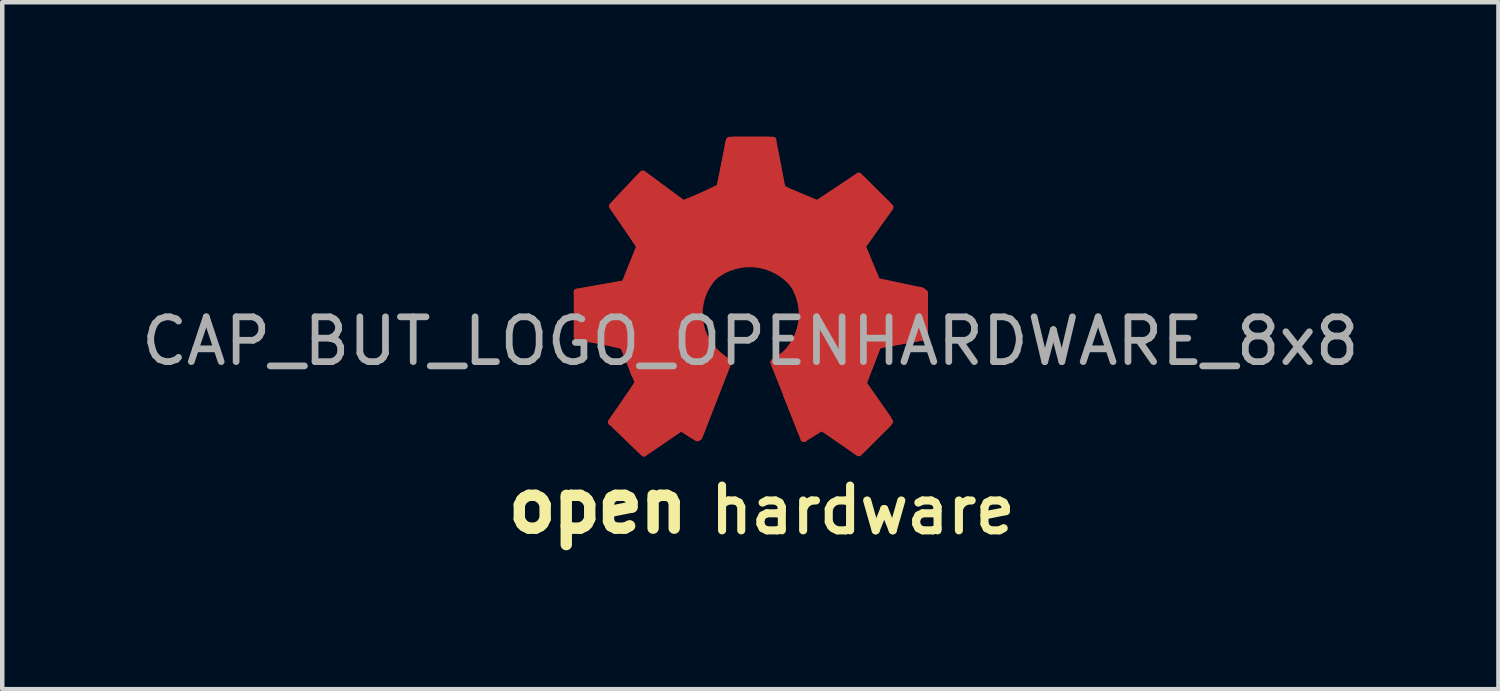
<source format=kicad_pcb>
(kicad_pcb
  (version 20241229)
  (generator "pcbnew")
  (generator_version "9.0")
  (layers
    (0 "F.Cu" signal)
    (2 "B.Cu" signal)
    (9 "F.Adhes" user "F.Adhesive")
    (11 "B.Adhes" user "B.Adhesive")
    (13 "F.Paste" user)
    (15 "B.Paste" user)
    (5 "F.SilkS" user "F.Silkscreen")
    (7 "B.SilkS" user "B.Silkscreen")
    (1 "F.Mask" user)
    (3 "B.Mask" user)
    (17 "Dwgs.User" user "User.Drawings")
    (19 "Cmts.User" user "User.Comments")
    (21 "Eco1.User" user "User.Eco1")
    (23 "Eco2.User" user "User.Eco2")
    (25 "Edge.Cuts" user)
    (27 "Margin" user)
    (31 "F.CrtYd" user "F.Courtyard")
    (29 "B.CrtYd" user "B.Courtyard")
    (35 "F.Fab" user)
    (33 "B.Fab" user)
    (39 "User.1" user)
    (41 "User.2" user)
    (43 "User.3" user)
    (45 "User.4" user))
  (footprint "CAP_BUT_LOGO_OPENHARDWARE_8x8"
    (layer "F.Cu")
    (at 13.696 4.066)
    (property "Reference" "CAP_BUT_LOGO_OPENHARDWARE_8x8" (at 0 0.5 0) (layer "F.Fab") (effects (font (size 1 1) (thickness 0.15))))
    (attr through_hole)
    (fp_line (start -3.868 -0.599) (end -2.697 -0.803) (stroke (width 0.15) (type solid)) (layer "F.Cu"))
    (fp_line (start -3.866 -0.597) (end -3.866 0.389) (stroke (width 0.15) (type solid)) (layer "F.Cu"))
    (fp_line (start -3.866 0.396) (end -2.794 0.592) (stroke (width 0.15) (type solid)) (layer "F.Cu"))
    (fp_line (start -3.729 -0.505) (end -2.71 -0.686) (stroke (width 0.37) (type solid)) (layer "F.Cu"))
    (fp_line (start -3.726 0.284) (end -2.776 0.503) (stroke (width 0.37) (type solid)) (layer "F.Cu"))
    (fp_line (start -3.716 -0.493) (end -3.721 0.295) (stroke (width 0.38) (type solid)) (layer "F.Cu"))
    (fp_line (start -3.716 -0.353) (end -2.601 -0.599) (stroke (width 0.15) (type solid)) (layer "F.Cu"))
    (fp_line (start -3.574 -0.409) (end -3.574 0.241) (stroke (width 0.15) (type solid)) (layer "F.Cu"))
    (fp_line (start -3.259 -0.112) (end -1.841 -0.173) (stroke (width 1) (type solid)) (layer "F.Cu"))
    (fp_line (start -3.104 2.304) (end -2.507 1.44) (stroke (width 0.15) (type solid)) (layer "F.Cu"))
    (fp_line (start -3.081 -2.517) (end -2.408 -3.231) (stroke (width 0.15) (type solid)) (layer "F.Cu"))
    (fp_line (start -3.061 -2.482) (end -2.466 -1.628) (stroke (width 0.15) (type solid)) (layer "F.Cu"))
    (fp_line (start -2.939 2.286) (end -2.375 2.824) (stroke (width 0.38) (type solid)) (layer "F.Cu"))
    (fp_line (start -2.924 2.286) (end -2.39 1.453) (stroke (width 0.37) (type solid)) (layer "F.Cu"))
    (fp_line (start -2.918 -2.512) (end -2.418 -3.045) (stroke (width 0.38) (type solid)) (layer "F.Cu"))
    (fp_line (start -2.908 -2.489) (end -2.352 -1.638) (stroke (width 0.37) (type solid)) (layer "F.Cu"))
    (fp_line (start -2.799 -0.798) (end -2.464 -1.631) (stroke (width 0.15) (type solid)) (layer "F.Cu"))
    (fp_line (start -2.748 0.526) (end -2.39 1.41) (stroke (width 0.37) (type solid)) (layer "F.Cu"))
    (fp_line (start -2.68 -0.721) (end -2.332 -1.587) (stroke (width 0.37) (type solid)) (layer "F.Cu"))
    (fp_line (start -2.461 0.376) (end -1.755 0.249) (stroke (width 1) (type solid)) (layer "F.Cu"))
    (fp_line (start -2.426 -2.969) (end -1.542 -2.248) (stroke (width 0.15) (type solid)) (layer "F.Cu"))
    (fp_line (start -2.395 -3.233) (end -1.425 -2.517) (stroke (width 0.15) (type solid)) (layer "F.Cu"))
    (fp_line (start -2.375 3) (end -3.096 2.306) (stroke (width 0.15) (type solid)) (layer "F.Cu"))
    (fp_line (start -2.37 -3.071) (end -1.542 -2.418) (stroke (width 0.37) (type solid)) (layer "F.Cu"))
    (fp_line (start -2.362 2.824) (end -1.582 2.294) (stroke (width 0.4) (type solid)) (layer "F.Cu"))
    (fp_line (start -2.273 -2.398) (end -1.212 -1.29) (stroke (width 1) (type solid)) (layer "F.Cu"))
    (fp_line (start -2.223 2.093) (end -1.369 1.072) (stroke (width 1) (type solid)) (layer "F.Cu"))
    (fp_line (start -2.212 1.021) (end -1.648 0.541) (stroke (width 1) (type solid)) (layer "F.Cu"))
    (fp_line (start -2.187 -1.621) (end -2.573 -0.622) (stroke (width 0.15) (type solid)) (layer "F.Cu"))
    (fp_line (start -2.182 -1.615) (end -2.784 -2.525) (stroke (width 0.15) (type solid)) (layer "F.Cu"))
    (fp_line (start -2.136 -0.869) (end -1.694 -0.709) (stroke (width 1) (type solid)) (layer "F.Cu"))
    (fp_line (start -1.961 -1.349) (end -1.504 -1.059) (stroke (width 1) (type solid)) (layer "F.Cu"))
    (fp_line (start -1.572 2.276) (end -1.255 2.482) (stroke (width 0.37) (type solid)) (layer "F.Cu"))
    (fp_line (start -1.547 1.92) (end -1.181 1.158) (stroke (width 1) (type solid)) (layer "F.Cu"))
    (fp_line (start -1.542 2.428) (end -2.367 2.992) (stroke (width 0.15) (type solid)) (layer "F.Cu"))
    (fp_line (start -1.537 -2.25) (end -0.554 -2.743) (stroke (width 0.15) (type solid)) (layer "F.Cu"))
    (fp_line (start -1.529 2.438) (end -1.184 2.659) (stroke (width 0.15) (type solid)) (layer "F.Cu"))
    (fp_line (start -1.481 -2.428) (end -0.635 -2.835) (stroke (width 0.37) (type solid)) (layer "F.Cu"))
    (fp_line (start -1.46 -2.586) (end -0.556 -2.964) (stroke (width 0.15) (type solid)) (layer "F.Cu"))
    (fp_line (start -1.45 -0.391) (end -1.318 0.432) (stroke (width 0.15) (type solid)) (layer "F.Cu"))
    (fp_line (start -1.313 0.462) (end -1.219 0.632) (stroke (width 0.15) (type solid)) (layer "F.Cu"))
    (fp_line (start -1.313 0.462) (end -1.219 0.632) (stroke (width 0.15) (type solid)) (layer "F.Cu"))
    (fp_line (start -1.227 2.461) (end -0.676 1.039) (stroke (width 0.42) (type solid)) (layer "F.Cu"))
    (fp_line (start -1.206 0.663) (end -0.899 0.93) (stroke (width 0.15) (type solid)) (layer "F.Cu"))
    (fp_line (start -1.146 2.642) (end -0.495 0.973) (stroke (width 0.15) (type solid)) (layer "F.Cu"))
    (fp_line (start -1.09 0.683) (end -0.831 1.021) (stroke (width 0.15) (type solid)) (layer "F.Cu"))
    (fp_line (start -1.026 -1.128) (end -1.445 -0.396) (stroke (width 0.15) (type solid)) (layer "F.Cu"))
    (fp_line (start -0.963 -2.126) (end -0.787 -1.768) (stroke (width 1) (type solid)) (layer "F.Cu"))
    (fp_line (start -0.721 0.798) (end -0.495 0.973) (stroke (width 0.15) (type solid)) (layer "F.Cu"))
    (fp_line (start -0.528 -2.385) (end -0.361 -1.775) (stroke (width 1) (type solid)) (layer "F.Cu"))
    (fp_line (start -0.472 -3.98) (end -0.673 -2.954) (stroke (width 0.15) (type solid)) (layer "F.Cu"))
    (fp_line (start -0.462 -3.988) (end 0.503 -3.988) (stroke (width 0.15) (type solid)) (layer "F.Cu"))
    (fp_line (start -0.384 -3.881) (end 0.401 -3.881) (stroke (width 0.37) (type solid)) (layer "F.Cu"))
    (fp_line (start -0.376 -3.868) (end -0.582 -2.855) (stroke (width 0.37) (type solid)) (layer "F.Cu"))
    (fp_line (start -0.155 -1.557) (end -1.026 -1.128) (stroke (width 0.15) (type solid)) (layer "F.Cu"))
    (fp_line (start -0.013 -3.373) (end -0.008 -1.859) (stroke (width 1) (type solid)) (layer "F.Cu"))
    (fp_line (start 0.384 -3.861) (end 0.597 -2.842) (stroke (width 0.37) (type solid)) (layer "F.Cu"))
    (fp_line (start 0.503 -3.988) (end 0.729 -2.817) (stroke (width 0.15) (type solid)) (layer "F.Cu"))
    (fp_line (start 0.597 -2.842) (end 1.499 -2.393) (stroke (width 0.37) (type solid)) (layer "F.Cu"))
    (fp_line (start 0.643 1.255) (end 0.521 0.97) (stroke (width 0.15) (type solid)) (layer "F.Cu"))
    (fp_line (start 0.66 -1.389) (end -0.155 -1.549) (stroke (width 0.15) (type solid)) (layer "F.Cu"))
    (fp_line (start 0.719 -2.898) (end 1.524 -2.56) (stroke (width 0.15) (type solid)) (layer "F.Cu"))
    (fp_line (start 0.737 -2.37) (end 0.516 -1.684) (stroke (width 1) (type solid)) (layer "F.Cu"))
    (fp_line (start 0.78 0.8) (end 0.526 0.965) (stroke (width 0.15) (type solid)) (layer "F.Cu"))
    (fp_line (start 0.803 0.993) (end 1.331 2.375) (stroke (width 0.15) (type solid)) (layer "F.Cu"))
    (fp_line (start 0.846 1.052) (end 1.024 0.93) (stroke (width 0.15) (type solid)) (layer "F.Cu"))
    (fp_line (start 1.024 0.93) (end 1.4 0.218) (stroke (width 0.15) (type solid)) (layer "F.Cu"))
    (fp_line (start 1.163 1.067) (end 1.496 1.798) (stroke (width 1) (type solid)) (layer "F.Cu"))
    (fp_line (start 1.163 1.158) (end 2.344 2.172) (stroke (width 1) (type solid)) (layer "F.Cu"))
    (fp_line (start 1.171 -0.96) (end 0.66 -1.389) (stroke (width 0.15) (type solid)) (layer "F.Cu"))
    (fp_line (start 1.194 2.672) (end 0.808 1.692) (stroke (width 0.15) (type solid)) (layer "F.Cu"))
    (fp_line (start 1.232 2.459) (end 0.658 1.019) (stroke (width 0.37) (type solid)) (layer "F.Cu"))
    (fp_line (start 1.278 1.021) (end 1.895 1.349) (stroke (width 1) (type solid)) (layer "F.Cu"))
    (fp_line (start 1.323 -2.118) (end 0.904 -1.532) (stroke (width 1) (type solid)) (layer "F.Cu"))
    (fp_line (start 1.4 0.218) (end 1.4 -0.3) (stroke (width 0.15) (type solid)) (layer "F.Cu"))
    (fp_line (start 1.405 -2.512) (end 2.416 -3.185) (stroke (width 0.15) (type solid)) (layer "F.Cu"))
    (fp_line (start 1.405 -0.287) (end 1.171 -0.96) (stroke (width 0.15) (type solid)) (layer "F.Cu"))
    (fp_line (start 1.511 -2.398) (end 2.416 -3.032) (stroke (width 0.37) (type solid)) (layer "F.Cu"))
    (fp_line (start 1.542 2.372) (end 2.418 2.992) (stroke (width 0.15) (type solid)) (layer "F.Cu"))
    (fp_line (start 1.57 2.273) (end 1.232 2.459) (stroke (width 0.37) (type solid)) (layer "F.Cu"))
    (fp_line (start 1.598 0.602) (end 2.207 0.709) (stroke (width 1) (type solid)) (layer "F.Cu"))
    (fp_line (start 1.722 2.344) (end 1.194 2.672) (stroke (width 0.15) (type solid)) (layer "F.Cu"))
    (fp_line (start 2.192 -1.25) (end 1.537 -0.884) (stroke (width 1) (type solid)) (layer "F.Cu"))
    (fp_line (start 2.253 -2.316) (end 1.14 -1.25) (stroke (width 1) (type solid)) (layer "F.Cu"))
    (fp_line (start 2.352 -1.692) (end 2.692 -0.754) (stroke (width 0.37) (type solid)) (layer "F.Cu"))
    (fp_line (start 2.355 1.392) (end 2.974 2.278) (stroke (width 0.37) (type solid)) (layer "F.Cu"))
    (fp_line (start 2.405 2.677) (end 1.585 2.149) (stroke (width 0.15) (type solid)) (layer "F.Cu"))
    (fp_line (start 2.405 2.84) (end 1.57 2.273) (stroke (width 0.37) (type solid)) (layer "F.Cu"))
    (fp_line (start 2.416 -3.03) (end 2.969 -2.484) (stroke (width 0.37) (type solid)) (layer "F.Cu"))
    (fp_line (start 2.421 -3.188) (end 3.114 -2.497) (stroke (width 0.15) (type solid)) (layer "F.Cu"))
    (fp_line (start 2.421 2.832) (end 2.974 2.286) (stroke (width 0.37) (type solid)) (layer "F.Cu"))
    (fp_line (start 2.428 2.987) (end 3.111 2.296) (stroke (width 0.15) (type solid)) (layer "F.Cu"))
    (fp_line (start 2.433 -0.556) (end 1.712 -0.409) (stroke (width 1) (type solid)) (layer "F.Cu"))
    (fp_line (start 2.504 -1.608) (end 2.87 -0.739) (stroke (width 0.15) (type solid)) (layer "F.Cu"))
    (fp_line (start 2.692 -0.754) (end 3.774 -0.526) (stroke (width 0.37) (type solid)) (layer "F.Cu"))
    (fp_line (start 2.753 0.61) (end 3.876 0.399) (stroke (width 0.15) (type solid)) (layer "F.Cu"))
    (fp_line (start 2.761 0.48) (end 2.355 1.392) (stroke (width 0.37) (type solid)) (layer "F.Cu"))
    (fp_line (start 2.824 2.212) (end 2.339 2.743) (stroke (width 0.15) (type solid)) (layer "F.Cu"))
    (fp_line (start 2.857 0.577) (end 2.477 1.557) (stroke (width 0.15) (type solid)) (layer "F.Cu"))
    (fp_line (start 2.969 -2.482) (end 2.352 -1.692) (stroke (width 0.37) (type solid)) (layer "F.Cu"))
    (fp_line (start 3.119 -2.489) (end 2.416 -1.499) (stroke (width 0.15) (type solid)) (layer "F.Cu"))
    (fp_line (start 3.244 -0.132) (end 1.775 -0.046) (stroke (width 1) (type solid)) (layer "F.Cu"))
    (fp_line (start 3.774 -0.526) (end 3.774 0.31) (stroke (width 0.37) (type solid)) (layer "F.Cu"))
    (fp_line (start 3.774 0.31) (end 2.761 0.48) (stroke (width 0.37) (type solid)) (layer "F.Cu"))
    (fp_line (start 3.807 0.163) (end 2.7 0.386) (stroke (width 0.15) (type solid)) (layer "F.Cu"))
    (fp_line (start 3.891 -0.579) (end 3.889 0.378) (stroke (width 0.15) (type solid)) (layer "F.Cu"))
    (fp_arc (start -0.8763 -1.03124) (mid 0.127392 -1.330927) (end 1.04902 -0.83312) (stroke (width 0.37) (type solid)) (layer "F.Cu"))
    (fp_arc (start -0.8255 0.84836) (mid -1.247617 -0.062958) (end -0.9017 -1.00584) (stroke (width 0.37) (type solid)) (layer "F.Cu"))
    (fp_arc (start 1.03886 -0.84836) (mid 1.239562 0.160623) (end 0.66802 1.016) (stroke (width 0.37) (type solid)) (layer "F.Cu"))
    (fp_line (start -3.868 -0.599) (end -2.697 -0.803) (stroke (width 0.15) (type solid)) (layer "F.Mask"))
    (fp_line (start -3.866 -0.597) (end -3.866 0.389) (stroke (width 0.15) (type solid)) (layer "F.Mask"))
    (fp_line (start -3.866 0.396) (end -2.794 0.592) (stroke (width 0.15) (type solid)) (layer "F.Mask"))
    (fp_line (start -3.729 -0.505) (end -2.71 -0.686) (stroke (width 0.37) (type solid)) (layer "F.Mask"))
    (fp_line (start -3.726 0.284) (end -2.776 0.503) (stroke (width 0.37) (type solid)) (layer "F.Mask"))
    (fp_line (start -3.716 -0.493) (end -3.721 0.295) (stroke (width 0.38) (type solid)) (layer "F.Mask"))
    (fp_line (start -3.716 -0.353) (end -2.601 -0.599) (stroke (width 0.15) (type solid)) (layer "F.Mask"))
    (fp_line (start -3.574 -0.409) (end -3.574 0.241) (stroke (width 0.15) (type solid)) (layer "F.Mask"))
    (fp_line (start -3.259 -0.112) (end -1.841 -0.173) (stroke (width 1) (type solid)) (layer "F.Mask"))
    (fp_line (start -3.104 2.304) (end -2.507 1.44) (stroke (width 0.15) (type solid)) (layer "F.Mask"))
    (fp_line (start -3.081 -2.517) (end -2.408 -3.231) (stroke (width 0.15) (type solid)) (layer "F.Mask"))
    (fp_line (start -3.061 -2.482) (end -2.466 -1.628) (stroke (width 0.15) (type solid)) (layer "F.Mask"))
    (fp_line (start -2.939 2.286) (end -2.375 2.824) (stroke (width 0.38) (type solid)) (layer "F.Mask"))
    (fp_line (start -2.924 2.286) (end -2.39 1.453) (stroke (width 0.37) (type solid)) (layer "F.Mask"))
    (fp_line (start -2.918 -2.512) (end -2.418 -3.045) (stroke (width 0.38) (type solid)) (layer "F.Mask"))
    (fp_line (start -2.908 -2.489) (end -2.352 -1.638) (stroke (width 0.37) (type solid)) (layer "F.Mask"))
    (fp_line (start -2.799 -0.798) (end -2.464 -1.631) (stroke (width 0.15) (type solid)) (layer "F.Mask"))
    (fp_line (start -2.748 0.526) (end -2.39 1.41) (stroke (width 0.37) (type solid)) (layer "F.Mask"))
    (fp_line (start -2.68 -0.721) (end -2.332 -1.587) (stroke (width 0.37) (type solid)) (layer "F.Mask"))
    (fp_line (start -2.461 0.376) (end -1.755 0.249) (stroke (width 1) (type solid)) (layer "F.Mask"))
    (fp_line (start -2.426 -2.969) (end -1.542 -2.248) (stroke (width 0.15) (type solid)) (layer "F.Mask"))
    (fp_line (start -2.395 -3.233) (end -1.425 -2.517) (stroke (width 0.15) (type solid)) (layer "F.Mask"))
    (fp_line (start -2.375 3) (end -3.096 2.306) (stroke (width 0.15) (type solid)) (layer "F.Mask"))
    (fp_line (start -2.37 -3.071) (end -1.542 -2.418) (stroke (width 0.37) (type solid)) (layer "F.Mask"))
    (fp_line (start -2.362 2.824) (end -1.582 2.294) (stroke (width 0.4) (type solid)) (layer "F.Mask"))
    (fp_line (start -2.273 -2.398) (end -1.212 -1.29) (stroke (width 1) (type solid)) (layer "F.Mask"))
    (fp_line (start -2.223 2.093) (end -1.369 1.072) (stroke (width 1) (type solid)) (layer "F.Mask"))
    (fp_line (start -2.212 1.021) (end -1.648 0.541) (stroke (width 1) (type solid)) (layer "F.Mask"))
    (fp_line (start -2.187 -1.621) (end -2.573 -0.622) (stroke (width 0.15) (type solid)) (layer "F.Mask"))
    (fp_line (start -2.182 -1.615) (end -2.784 -2.525) (stroke (width 0.15) (type solid)) (layer "F.Mask"))
    (fp_line (start -2.136 -0.869) (end -1.694 -0.709) (stroke (width 1) (type solid)) (layer "F.Mask"))
    (fp_line (start -1.961 -1.349) (end -1.504 -1.059) (stroke (width 1) (type solid)) (layer "F.Mask"))
    (fp_line (start -1.572 2.276) (end -1.255 2.482) (stroke (width 0.37) (type solid)) (layer "F.Mask"))
    (fp_line (start -1.547 1.92) (end -1.181 1.158) (stroke (width 1) (type solid)) (layer "F.Mask"))
    (fp_line (start -1.542 2.428) (end -2.367 2.992) (stroke (width 0.15) (type solid)) (layer "F.Mask"))
    (fp_line (start -1.537 -2.25) (end -0.554 -2.743) (stroke (width 0.15) (type solid)) (layer "F.Mask"))
    (fp_line (start -1.529 2.438) (end -1.184 2.659) (stroke (width 0.15) (type solid)) (layer "F.Mask"))
    (fp_line (start -1.481 -2.428) (end -0.635 -2.835) (stroke (width 0.37) (type solid)) (layer "F.Mask"))
    (fp_line (start -1.46 -2.586) (end -0.556 -2.964) (stroke (width 0.15) (type solid)) (layer "F.Mask"))
    (fp_line (start -1.45 -0.391) (end -1.318 0.432) (stroke (width 0.15) (type solid)) (layer "F.Mask"))
    (fp_line (start -1.313 0.462) (end -1.219 0.632) (stroke (width 0.15) (type solid)) (layer "F.Mask"))
    (fp_line (start -1.313 0.462) (end -1.219 0.632) (stroke (width 0.15) (type solid)) (layer "F.Mask"))
    (fp_line (start -1.227 2.461) (end -0.676 1.039) (stroke (width 0.42) (type solid)) (layer "F.Mask"))
    (fp_line (start -1.206 0.663) (end -0.899 0.93) (stroke (width 0.15) (type solid)) (layer "F.Mask"))
    (fp_line (start -1.146 2.642) (end -0.495 0.973) (stroke (width 0.15) (type solid)) (layer "F.Mask"))
    (fp_line (start -1.09 0.683) (end -0.831 1.021) (stroke (width 0.15) (type solid)) (layer "F.Mask"))
    (fp_line (start -1.026 -1.128) (end -1.445 -0.396) (stroke (width 0.15) (type solid)) (layer "F.Mask"))
    (fp_line (start -0.963 -2.126) (end -0.787 -1.768) (stroke (width 1) (type solid)) (layer "F.Mask"))
    (fp_line (start -0.721 0.798) (end -0.495 0.973) (stroke (width 0.15) (type solid)) (layer "F.Mask"))
    (fp_line (start -0.528 -2.385) (end -0.361 -1.775) (stroke (width 1) (type solid)) (layer "F.Mask"))
    (fp_line (start -0.472 -3.98) (end -0.673 -2.954) (stroke (width 0.15) (type solid)) (layer "F.Mask"))
    (fp_line (start -0.462 -3.988) (end 0.503 -3.988) (stroke (width 0.15) (type solid)) (layer "F.Mask"))
    (fp_line (start -0.384 -3.881) (end 0.401 -3.881) (stroke (width 0.37) (type solid)) (layer "F.Mask"))
    (fp_line (start -0.376 -3.868) (end -0.582 -2.855) (stroke (width 0.37) (type solid)) (layer "F.Mask"))
    (fp_line (start -0.155 -1.557) (end -1.026 -1.128) (stroke (width 0.15) (type solid)) (layer "F.Mask"))
    (fp_line (start -0.013 -3.373) (end -0.008 -1.859) (stroke (width 1) (type solid)) (layer "F.Mask"))
    (fp_line (start 0.384 -3.861) (end 0.597 -2.842) (stroke (width 0.37) (type solid)) (layer "F.Mask"))
    (fp_line (start 0.503 -3.988) (end 0.729 -2.817) (stroke (width 0.15) (type solid)) (layer "F.Mask"))
    (fp_line (start 0.597 -2.842) (end 1.499 -2.393) (stroke (width 0.37) (type solid)) (layer "F.Mask"))
    (fp_line (start 0.643 1.255) (end 0.521 0.97) (stroke (width 0.15) (type solid)) (layer "F.Mask"))
    (fp_line (start 0.66 -1.389) (end -0.155 -1.549) (stroke (width 0.15) (type solid)) (layer "F.Mask"))
    (fp_line (start 0.719 -2.898) (end 1.524 -2.56) (stroke (width 0.15) (type solid)) (layer "F.Mask"))
    (fp_line (start 0.737 -2.37) (end 0.516 -1.684) (stroke (width 1) (type solid)) (layer "F.Mask"))
    (fp_line (start 0.78 0.8) (end 0.526 0.965) (stroke (width 0.15) (type solid)) (layer "F.Mask"))
    (fp_line (start 0.803 0.993) (end 1.331 2.375) (stroke (width 0.15) (type solid)) (layer "F.Mask"))
    (fp_line (start 0.846 1.052) (end 1.024 0.93) (stroke (width 0.15) (type solid)) (layer "F.Mask"))
    (fp_line (start 1.024 0.93) (end 1.4 0.218) (stroke (width 0.15) (type solid)) (layer "F.Mask"))
    (fp_line (start 1.163 1.067) (end 1.496 1.798) (stroke (width 1) (type solid)) (layer "F.Mask"))
    (fp_line (start 1.163 1.158) (end 2.344 2.172) (stroke (width 1) (type solid)) (layer "F.Mask"))
    (fp_line (start 1.171 -0.96) (end 0.66 -1.389) (stroke (width 0.15) (type solid)) (layer "F.Mask"))
    (fp_line (start 1.194 2.672) (end 0.808 1.692) (stroke (width 0.15) (type solid)) (layer "F.Mask"))
    (fp_line (start 1.232 2.459) (end 0.658 1.019) (stroke (width 0.37) (type solid)) (layer "F.Mask"))
    (fp_line (start 1.278 1.021) (end 1.895 1.349) (stroke (width 1) (type solid)) (layer "F.Mask"))
    (fp_line (start 1.323 -2.118) (end 0.904 -1.532) (stroke (width 1) (type solid)) (layer "F.Mask"))
    (fp_line (start 1.4 0.218) (end 1.4 -0.3) (stroke (width 0.15) (type solid)) (layer "F.Mask"))
    (fp_line (start 1.405 -2.512) (end 2.416 -3.185) (stroke (width 0.15) (type solid)) (layer "F.Mask"))
    (fp_line (start 1.405 -0.287) (end 1.171 -0.96) (stroke (width 0.15) (type solid)) (layer "F.Mask"))
    (fp_line (start 1.511 -2.398) (end 2.416 -3.032) (stroke (width 0.37) (type solid)) (layer "F.Mask"))
    (fp_line (start 1.542 2.372) (end 2.418 2.992) (stroke (width 0.15) (type solid)) (layer "F.Mask"))
    (fp_line (start 1.57 2.273) (end 1.232 2.459) (stroke (width 0.37) (type solid)) (layer "F.Mask"))
    (fp_line (start 1.598 0.602) (end 2.207 0.709) (stroke (width 1) (type solid)) (layer "F.Mask"))
    (fp_line (start 1.722 2.344) (end 1.194 2.672) (stroke (width 0.15) (type solid)) (layer "F.Mask"))
    (fp_line (start 2.192 -1.25) (end 1.537 -0.884) (stroke (width 1) (type solid)) (layer "F.Mask"))
    (fp_line (start 2.253 -2.316) (end 1.14 -1.25) (stroke (width 1) (type solid)) (layer "F.Mask"))
    (fp_line (start 2.352 -1.692) (end 2.692 -0.754) (stroke (width 0.37) (type solid)) (layer "F.Mask"))
    (fp_line (start 2.355 1.392) (end 2.974 2.278) (stroke (width 0.37) (type solid)) (layer "F.Mask"))
    (fp_line (start 2.405 2.677) (end 1.585 2.149) (stroke (width 0.15) (type solid)) (layer "F.Mask"))
    (fp_line (start 2.405 2.84) (end 1.57 2.273) (stroke (width 0.37) (type solid)) (layer "F.Mask"))
    (fp_line (start 2.416 -3.03) (end 2.969 -2.484) (stroke (width 0.37) (type solid)) (layer "F.Mask"))
    (fp_line (start 2.421 -3.188) (end 3.114 -2.497) (stroke (width 0.15) (type solid)) (layer "F.Mask"))
    (fp_line (start 2.421 2.832) (end 2.974 2.286) (stroke (width 0.37) (type solid)) (layer "F.Mask"))
    (fp_line (start 2.428 2.987) (end 3.111 2.296) (stroke (width 0.15) (type solid)) (layer "F.Mask"))
    (fp_line (start 2.433 -0.556) (end 1.712 -0.409) (stroke (width 1) (type solid)) (layer "F.Mask"))
    (fp_line (start 2.504 -1.608) (end 2.87 -0.739) (stroke (width 0.15) (type solid)) (layer "F.Mask"))
    (fp_line (start 2.692 -0.754) (end 3.774 -0.526) (stroke (width 0.37) (type solid)) (layer "F.Mask"))
    (fp_line (start 2.753 0.61) (end 3.876 0.399) (stroke (width 0.15) (type solid)) (layer "F.Mask"))
    (fp_line (start 2.761 0.48) (end 2.355 1.392) (stroke (width 0.37) (type solid)) (layer "F.Mask"))
    (fp_line (start 2.824 2.212) (end 2.339 2.743) (stroke (width 0.15) (type solid)) (layer "F.Mask"))
    (fp_line (start 2.857 0.577) (end 2.477 1.557) (stroke (width 0.15) (type solid)) (layer "F.Mask"))
    (fp_line (start 2.969 -2.482) (end 2.352 -1.692) (stroke (width 0.37) (type solid)) (layer "F.Mask"))
    (fp_line (start 3.119 -2.489) (end 2.416 -1.499) (stroke (width 0.15) (type solid)) (layer "F.Mask"))
    (fp_line (start 3.244 -0.132) (end 1.775 -0.046) (stroke (width 1) (type solid)) (layer "F.Mask"))
    (fp_line (start 3.774 -0.526) (end 3.774 0.31) (stroke (width 0.37) (type solid)) (layer "F.Mask"))
    (fp_line (start 3.774 0.31) (end 2.761 0.48) (stroke (width 0.37) (type solid)) (layer "F.Mask"))
    (fp_line (start 3.807 0.163) (end 2.7 0.386) (stroke (width 0.15) (type solid)) (layer "F.Mask"))
    (fp_line (start 3.891 -0.579) (end 3.889 0.378) (stroke (width 0.15) (type solid)) (layer "F.Mask"))
    (fp_arc (start -0.8763 -1.03124) (mid 0.127392 -1.330927) (end 1.04902 -0.83312) (stroke (width 0.37) (type solid)) (layer "F.Mask"))
    (fp_arc (start -0.8255 0.84836) (mid -1.247617 -0.062958) (end -0.9017 -1.00584) (stroke (width 0.37) (type solid)) (layer "F.Mask"))
    (fp_arc (start 1.03886 -0.84836) (mid 1.239562 0.160623) (end 0.66802 1.016) (stroke (width 0.37) (type solid)) (layer "F.Mask"))
    (fp_text user "hardware" (at 2.512 4.267 0) (layer "F.SilkS") (effects (font (size 1 1) (thickness 0.18))))
    (fp_text user "open" (at -3.401 4.176 0) (layer "F.SilkS") (effects (font (size 1.1 1.1) (thickness 0.254))))
    (pad "1" smd circle (at 0 -2.286) (size 1.524 1.524) (layers "F.Cu" "F.Mask")))
  (gr_rect
    (start -3 -3)
    (end 30.393 12.331)
    (stroke (width 0.1) (type default))
    (fill no)
    (layer "Edge.Cuts")))
</source>
